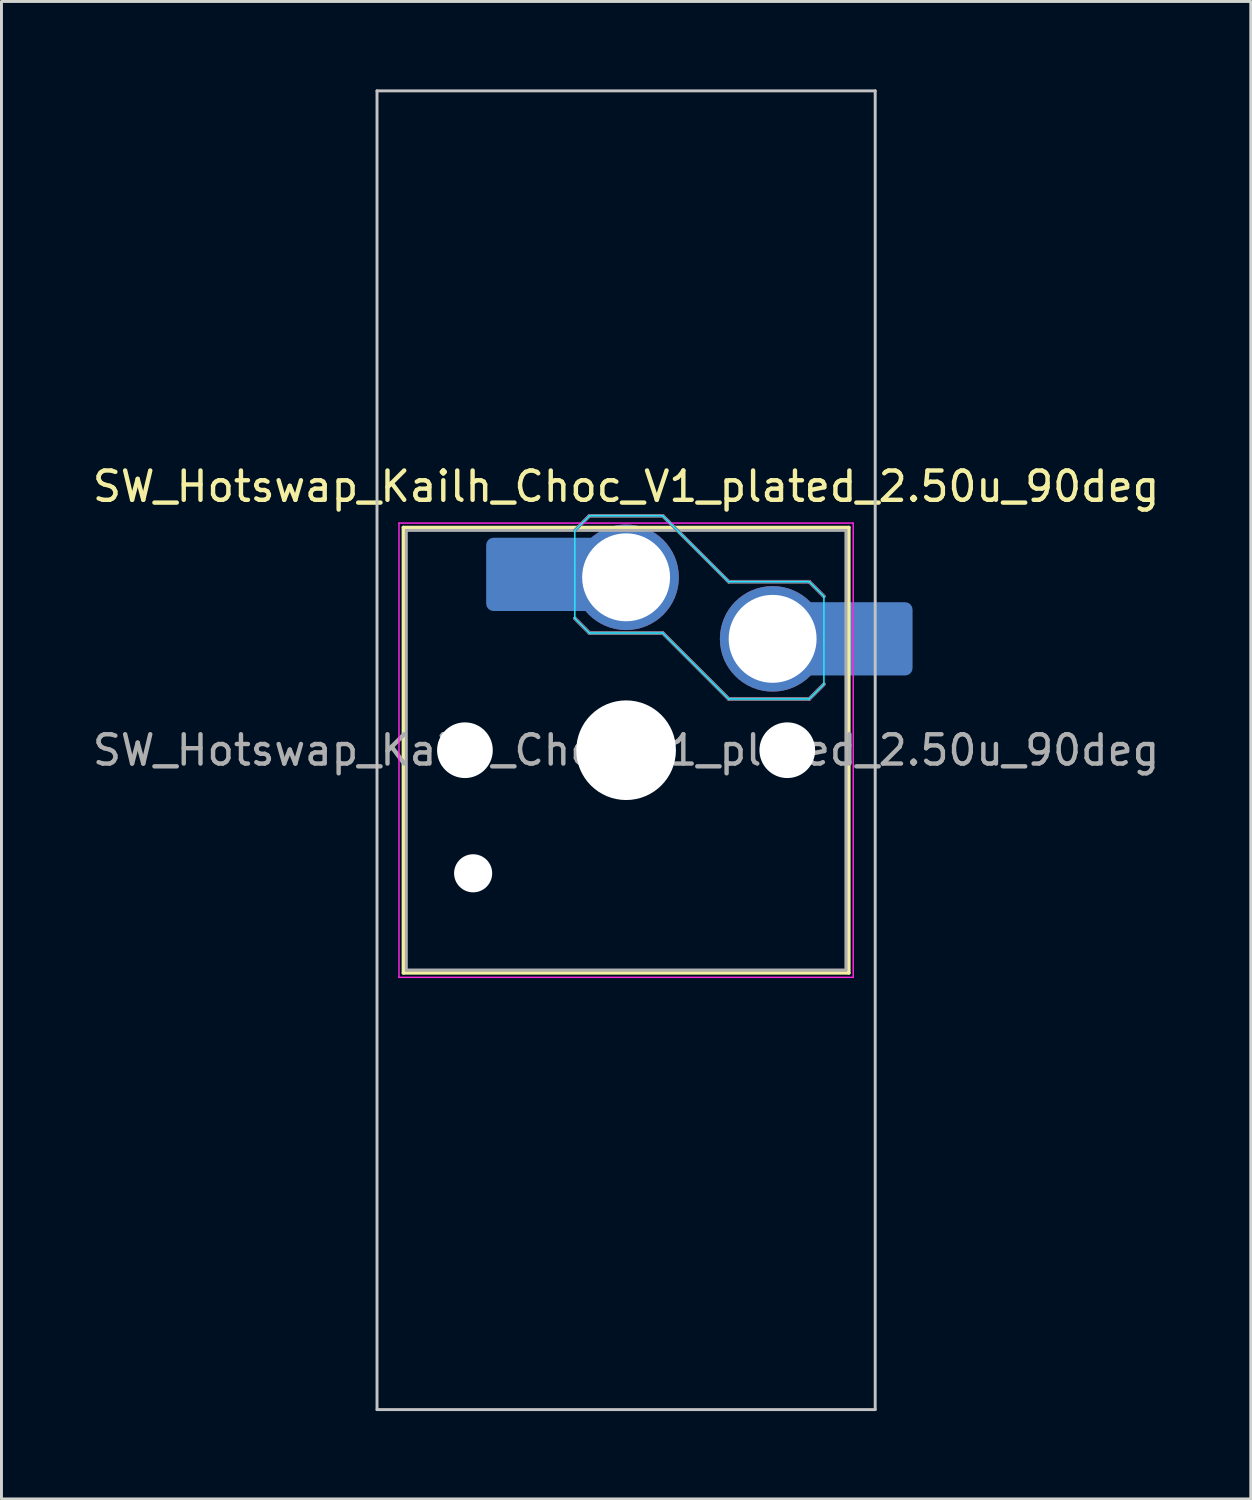
<source format=kicad_pcb>
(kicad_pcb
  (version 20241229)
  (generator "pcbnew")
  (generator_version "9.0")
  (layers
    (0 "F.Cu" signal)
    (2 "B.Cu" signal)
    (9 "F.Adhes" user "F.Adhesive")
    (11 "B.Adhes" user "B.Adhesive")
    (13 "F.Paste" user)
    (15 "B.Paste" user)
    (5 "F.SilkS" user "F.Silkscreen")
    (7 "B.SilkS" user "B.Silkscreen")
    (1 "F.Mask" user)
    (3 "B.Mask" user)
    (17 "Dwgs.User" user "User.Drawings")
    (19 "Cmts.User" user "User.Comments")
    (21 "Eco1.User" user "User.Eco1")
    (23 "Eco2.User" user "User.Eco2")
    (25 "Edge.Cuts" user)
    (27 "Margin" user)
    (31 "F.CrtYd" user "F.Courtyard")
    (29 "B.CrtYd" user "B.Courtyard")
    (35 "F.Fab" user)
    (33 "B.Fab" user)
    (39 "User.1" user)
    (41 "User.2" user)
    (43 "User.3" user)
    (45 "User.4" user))
  (footprint "SW_Hotswap_Kailh_Choc_V1_plated_2.50u_90deg"
    (layer "F.Cu")
    (at 18.315 22.55)
    (property "Reference" "SW_Hotswap_Kailh_Choc_V1_plated_2.50u_90deg" (at 0 -9 0) (layer "F.SilkS") (effects (font (size 1 1) (thickness 0.15))))
    (attr smd)
    (fp_line (start -7.6 -7.6) (end -7.6 7.6) (stroke (width 0.12) (type solid)) (layer "F.SilkS"))
    (fp_line (start -7.6 7.6) (end 7.6 7.6) (stroke (width 0.12) (type solid)) (layer "F.SilkS"))
    (fp_line (start 7.6 -7.6) (end -7.6 -7.6) (stroke (width 0.12) (type solid)) (layer "F.SilkS"))
    (fp_line (start 7.6 7.6) (end 7.6 -7.6) (stroke (width 0.12) (type solid)) (layer "F.SilkS"))
    (fp_line (start -1.75 -7.5) (end -1.25 -8) (stroke (width 0.12) (type solid)) (layer "B.SilkS"))
    (fp_line (start -1.25 -8) (end 1.25 -8) (stroke (width 0.12) (type solid)) (layer "B.SilkS"))
    (fp_line (start -1.25 -4) (end -1.75 -4.5) (stroke (width 0.12) (type solid)) (layer "B.SilkS"))
    (fp_line (start 1.25 -8) (end 3.5 -5.75) (stroke (width 0.12) (type solid)) (layer "B.SilkS"))
    (fp_line (start 1.25 -4) (end -1.25 -4) (stroke (width 0.12) (type solid)) (layer "B.SilkS"))
    (fp_line (start 3.5 -5.75) (end 6.25 -5.75) (stroke (width 0.12) (type solid)) (layer "B.SilkS"))
    (fp_line (start 3.5 -1.75) (end 1.25 -4) (stroke (width 0.12) (type solid)) (layer "B.SilkS"))
    (fp_line (start 6.25 -5.75) (end 6.75 -5.25) (stroke (width 0.12) (type solid)) (layer "B.SilkS"))
    (fp_line (start 6.25 -1.75) (end 3.5 -1.75) (stroke (width 0.12) (type solid)) (layer "B.SilkS"))
    (fp_line (start 6.75 -2.25) (end 6.25 -1.75) (stroke (width 0.12) (type solid)) (layer "B.SilkS"))
    (fp_line (start -8.5 -22.5) (end 8.5 -22.5) (stroke (width 0.1) (type solid)) (layer "Dwgs.User"))
    (fp_line (start -8.5 22.5) (end -8.5 -22.5) (stroke (width 0.1) (type solid)) (layer "Dwgs.User"))
    (fp_line (start 8.5 -22.5) (end 8.5 22.5) (stroke (width 0.1) (type solid)) (layer "Dwgs.User"))
    (fp_line (start 8.5 22.5) (end -8.5 22.5) (stroke (width 0.1) (type solid)) (layer "Dwgs.User"))
    (fp_line (start -7.25 -7.25) (end -7.25 7.25) (stroke (width 0.1) (type solid)) (layer "Eco1.User"))
    (fp_line (start -7.25 7.25) (end 7.25 7.25) (stroke (width 0.1) (type solid)) (layer "Eco1.User"))
    (fp_line (start 7.25 -7.25) (end -7.25 -7.25) (stroke (width 0.1) (type solid)) (layer "Eco1.User"))
    (fp_line (start 7.25 7.25) (end 7.25 -7.25) (stroke (width 0.1) (type solid)) (layer "Eco1.User"))
    (fp_line (start -1.75 -7.5) (end -1.25 -8) (stroke (width 0.05) (type solid)) (layer "B.CrtYd"))
    (fp_line (start -1.75 -4.5) (end -1.75 -7.5) (stroke (width 0.05) (type solid)) (layer "B.CrtYd"))
    (fp_line (start -1.25 -8) (end 1.25 -8) (stroke (width 0.05) (type solid)) (layer "B.CrtYd"))
    (fp_line (start -1.25 -4) (end -1.75 -4.5) (stroke (width 0.05) (type solid)) (layer "B.CrtYd"))
    (fp_line (start 1.25 -8) (end 3.5 -5.75) (stroke (width 0.05) (type solid)) (layer "B.CrtYd"))
    (fp_line (start 1.25 -4) (end -1.25 -4) (stroke (width 0.05) (type solid)) (layer "B.CrtYd"))
    (fp_line (start 3.5 -5.75) (end 6.25 -5.75) (stroke (width 0.05) (type solid)) (layer "B.CrtYd"))
    (fp_line (start 3.5 -1.75) (end 1.25 -4) (stroke (width 0.05) (type solid)) (layer "B.CrtYd"))
    (fp_line (start 6.25 -5.75) (end 6.75 -5.25) (stroke (width 0.05) (type solid)) (layer "B.CrtYd"))
    (fp_line (start 6.25 -1.75) (end 3.5 -1.75) (stroke (width 0.05) (type solid)) (layer "B.CrtYd"))
    (fp_line (start 6.75 -5.25) (end 6.75 -2.25) (stroke (width 0.05) (type solid)) (layer "B.CrtYd"))
    (fp_line (start 6.75 -2.25) (end 6.25 -1.75) (stroke (width 0.05) (type solid)) (layer "B.CrtYd"))
    (fp_line (start -7.75 -7.75) (end -7.75 7.75) (stroke (width 0.05) (type solid)) (layer "F.CrtYd"))
    (fp_line (start -7.75 7.75) (end 7.75 7.75) (stroke (width 0.05) (type solid)) (layer "F.CrtYd"))
    (fp_line (start 7.75 -7.75) (end -7.75 -7.75) (stroke (width 0.05) (type solid)) (layer "F.CrtYd"))
    (fp_line (start 7.75 7.75) (end 7.75 -7.75) (stroke (width 0.05) (type solid)) (layer "F.CrtYd"))
    (fp_line (start -1.75 -7.5) (end -1.25 -8) (stroke (width 0.1) (type solid)) (layer "B.Fab"))
    (fp_line (start -1.25 -8) (end 1.25 -8) (stroke (width 0.1) (type solid)) (layer "B.Fab"))
    (fp_line (start -1.25 -4) (end -1.75 -4.5) (stroke (width 0.1) (type solid)) (layer "B.Fab"))
    (fp_line (start 1.25 -8) (end 3.5 -5.75) (stroke (width 0.1) (type solid)) (layer "B.Fab"))
    (fp_line (start 1.25 -4) (end -1.25 -4) (stroke (width 0.1) (type solid)) (layer "B.Fab"))
    (fp_line (start 3.5 -5.75) (end 6.25 -5.75) (stroke (width 0.1) (type solid)) (layer "B.Fab"))
    (fp_line (start 3.5 -1.75) (end 1.25 -4) (stroke (width 0.1) (type solid)) (layer "B.Fab"))
    (fp_line (start 6.25 -5.75) (end 6.75 -5.25) (stroke (width 0.1) (type solid)) (layer "B.Fab"))
    (fp_line (start 6.25 -1.75) (end 3.5 -1.75) (stroke (width 0.1) (type solid)) (layer "B.Fab"))
    (fp_line (start 6.75 -2.25) (end 6.25 -1.75) (stroke (width 0.1) (type solid)) (layer "B.Fab"))
    (fp_line (start -7.5 -7.5) (end -7.5 7.5) (stroke (width 0.1) (type solid)) (layer "F.Fab"))
    (fp_line (start -7.5 7.5) (end 7.5 7.5) (stroke (width 0.1) (type solid)) (layer "F.Fab"))
    (fp_line (start 7.5 -7.5) (end -7.5 -7.5) (stroke (width 0.1) (type solid)) (layer "F.Fab"))
    (fp_line (start 7.5 7.5) (end 7.5 -7.5) (stroke (width 0.1) (type solid)) (layer "F.Fab"))
    (fp_text user "${REFERENCE}" (at 0 0 0) (layer "F.Fab") (effects (font (size 1 1) (thickness 0.15))))
    (pad "" np_thru_hole circle (at -5.5 0) (size 1.9 1.9) (drill 1.9) (layers "*.Cu" "*.Mask"))
    (pad "" np_thru_hole circle (at -5.22 4.2) (size 1.3 1.3) (drill 1.3) (layers "*.Cu" "*.Mask"))
    (pad "" smd roundrect (at -3.5 -6) (size 2.55 2.5) (layers "B.Mask" "B.Paste") (roundrect_rratio 0.1))
    (pad "" np_thru_hole circle (at 0 0) (size 3.4 3.4) (drill 3.4) (layers "*.Cu" "*.Mask"))
    (pad "" np_thru_hole circle (at 5.5 0) (size 1.9 1.9) (drill 1.9) (layers "*.Cu" "*.Mask"))
    (pad "" smd roundrect (at 8.5 -3.8) (size 2.55 2.5) (layers "B.Mask" "B.Paste") (roundrect_rratio 0.1))
    (pad "1" smd roundrect (at -2.85 -6) (size 3.85 2.5) (layers "B.Cu") (roundrect_rratio 0.1))
    (pad "1" thru_hole circle (at 0 -5.9) (size 3.6 3.6) (drill 3) (layers "*.Cu" "B.Mask"))
    (pad "2" thru_hole circle (at 5 -3.8) (size 3.6 3.6) (drill 3) (layers "*.Cu" "B.Mask"))
    (pad "2" smd roundrect (at 7.85 -3.8) (size 3.85 2.5) (layers "B.Cu") (roundrect_rratio 0.1)))
  (gr_rect
    (start -3 -3)
    (end 39.631 48.1)
    (stroke (width 0.1) (type default))
    (fill no)
    (layer "Edge.Cuts")))
</source>
